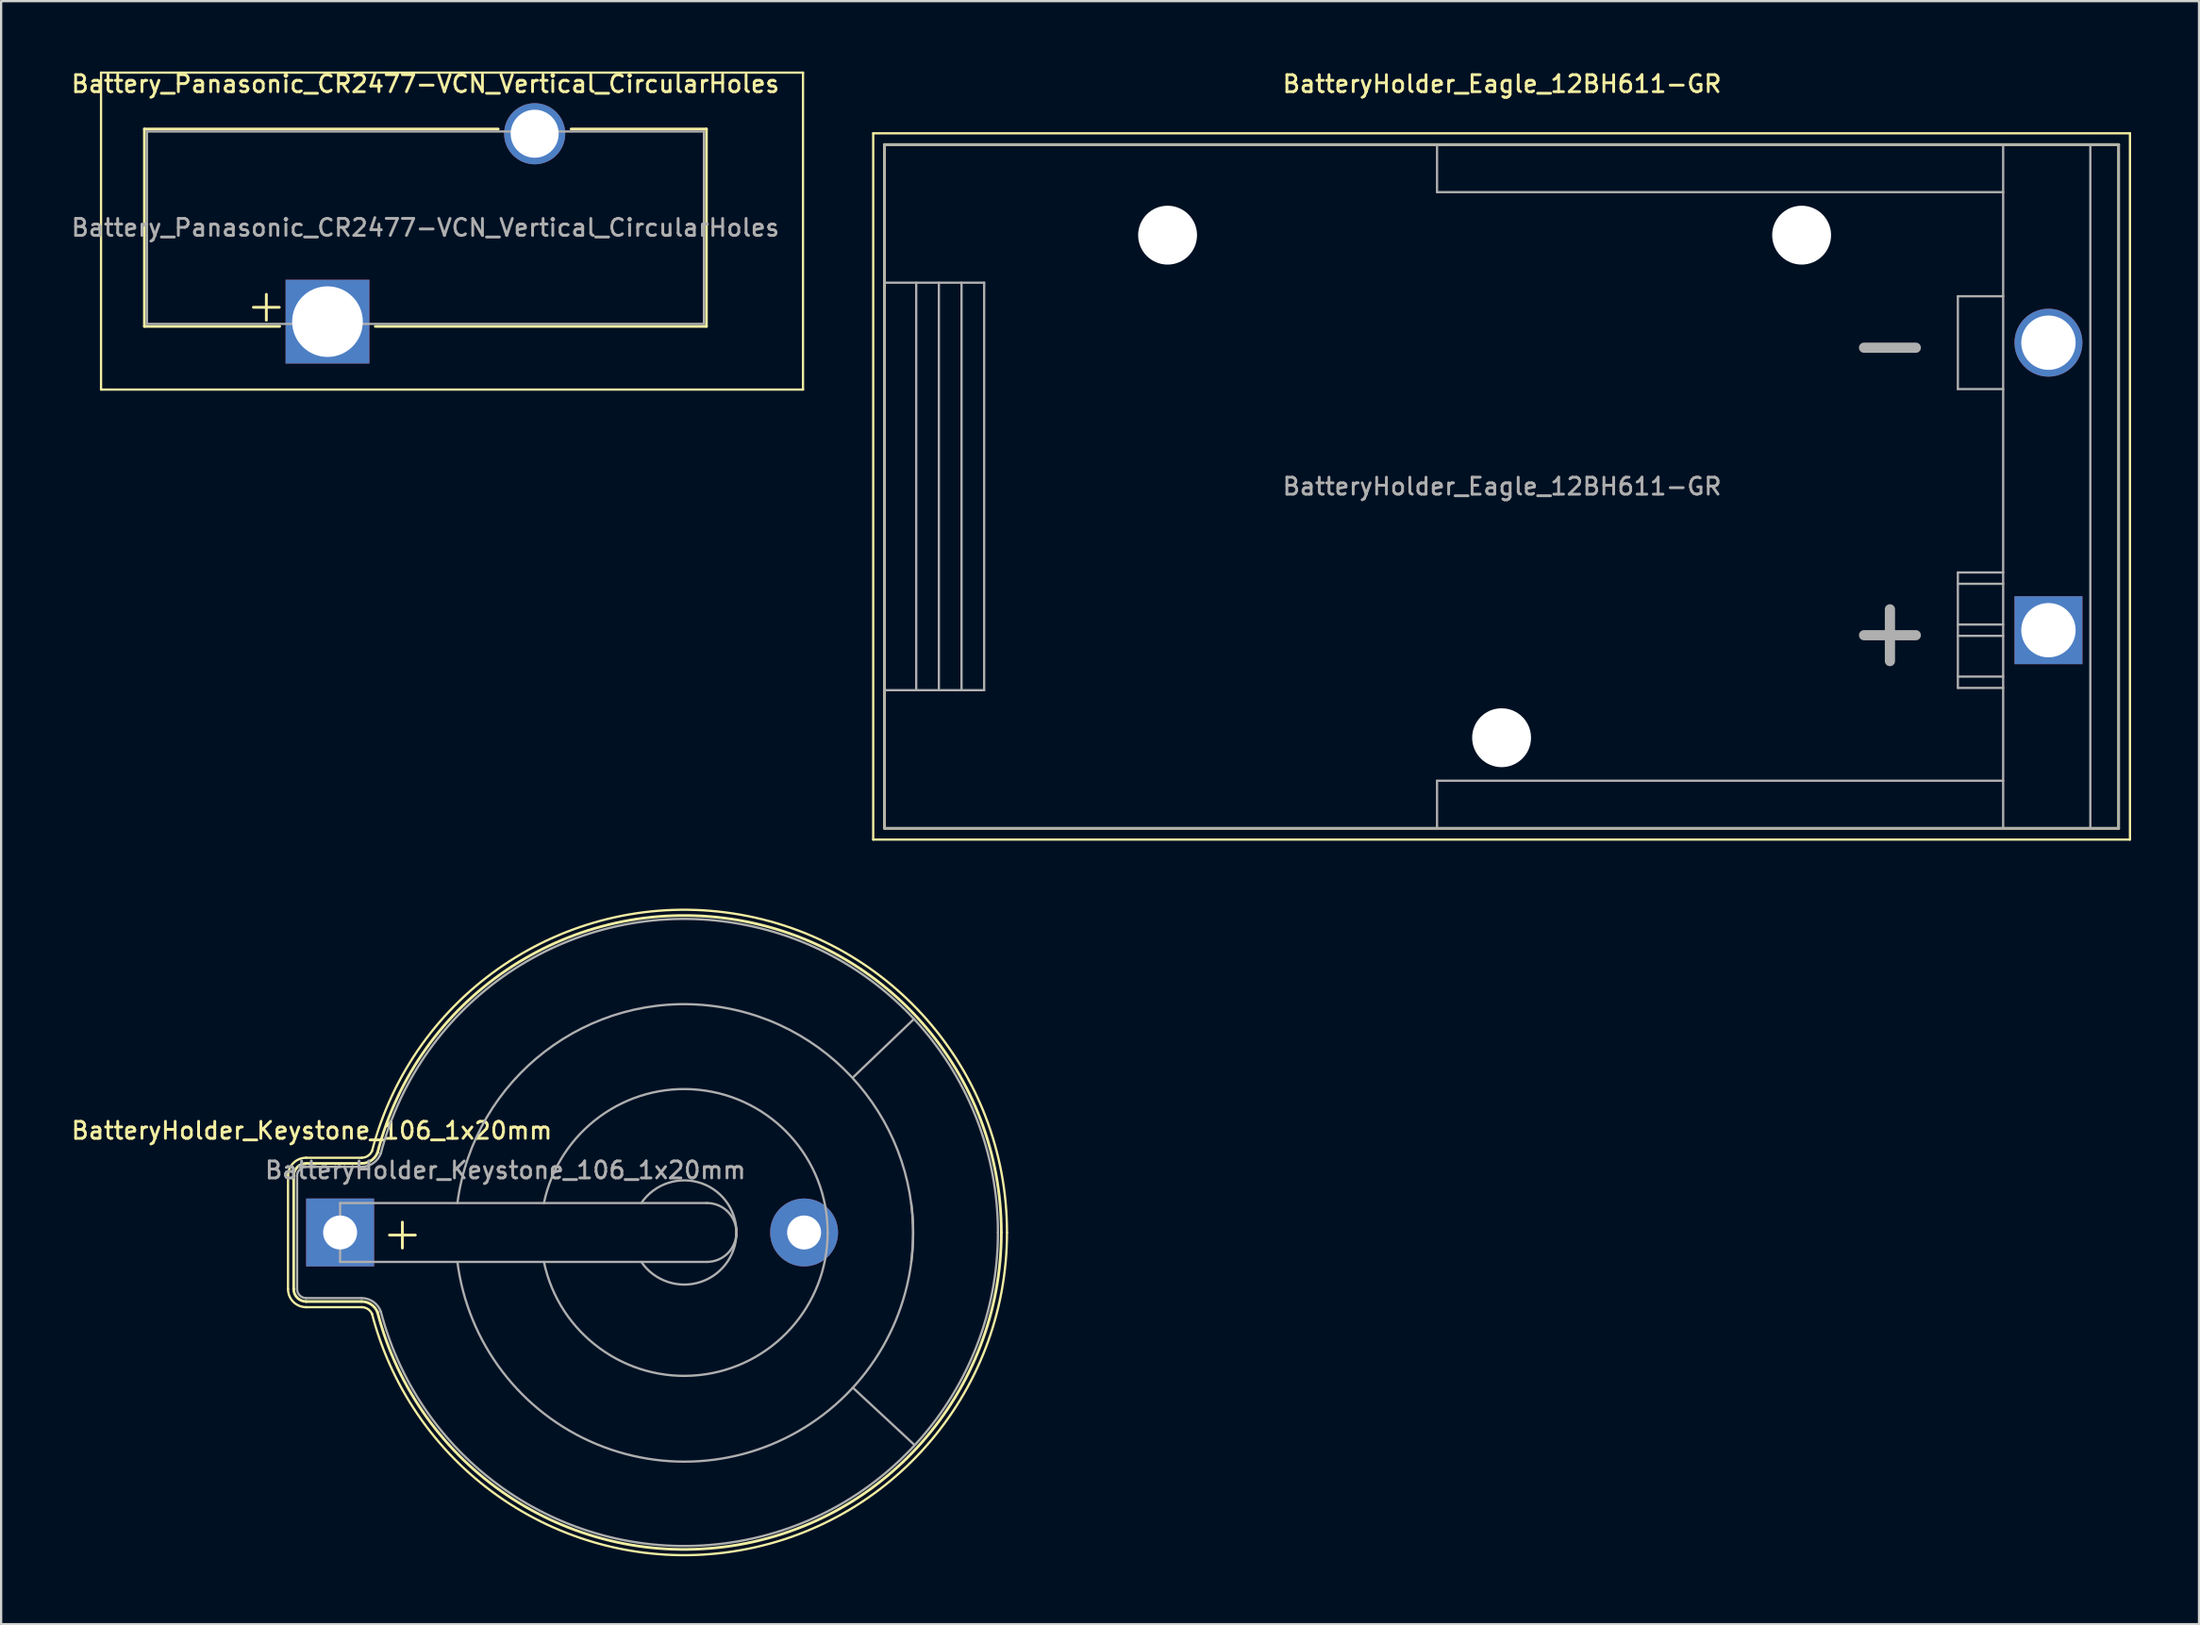
<source format=kicad_pcb>
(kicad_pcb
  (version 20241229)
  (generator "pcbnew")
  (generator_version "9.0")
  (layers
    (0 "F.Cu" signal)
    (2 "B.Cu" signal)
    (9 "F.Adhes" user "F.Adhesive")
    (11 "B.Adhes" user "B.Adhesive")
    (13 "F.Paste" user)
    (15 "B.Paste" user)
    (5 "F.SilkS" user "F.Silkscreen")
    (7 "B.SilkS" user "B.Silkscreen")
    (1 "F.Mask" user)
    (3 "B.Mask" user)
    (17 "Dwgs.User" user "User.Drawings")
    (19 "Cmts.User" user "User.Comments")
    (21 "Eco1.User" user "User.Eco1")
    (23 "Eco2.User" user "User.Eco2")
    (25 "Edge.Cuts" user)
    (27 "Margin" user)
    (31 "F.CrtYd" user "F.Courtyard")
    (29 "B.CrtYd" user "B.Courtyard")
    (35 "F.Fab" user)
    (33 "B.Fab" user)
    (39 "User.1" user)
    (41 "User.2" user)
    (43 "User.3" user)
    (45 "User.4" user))
  (footprint "BatteryHolder_Keystone_106_1x20mm"
    (layer "F.Cu")
    (at 11.97 51.393)
    (property "Reference" "BatteryHolder_Keystone_106_1x20mm" (at -1.25 -4.5 0) (layer "F.SilkS") (effects (font (size 0.75 0.75) (thickness 0.125))))
    (attr through_hole)
    (fp_line (start -2.3 -2.5) (end -2.3 2.5) (stroke (width 0.1) (type solid)) (layer "F.SilkS"))
    (fp_line (start -2.05 -2.5) (end -2.05 2.5) (stroke (width 0.12) (type solid)) (layer "F.SilkS"))
    (fp_line (start -1.5 3.05) (end 0.95 3.05) (stroke (width 0.12) (type solid)) (layer "F.SilkS"))
    (fp_line (start -1.5 3.3) (end 0.95 3.3) (stroke (width 0.1) (type solid)) (layer "F.SilkS"))
    (fp_line (start 0.95 -3.3) (end -1.5 -3.3) (stroke (width 0.1) (type solid)) (layer "F.SilkS"))
    (fp_line (start 0.95 -3.05) (end -1.5 -3.05) (stroke (width 0.12) (type solid)) (layer "F.SilkS"))
    (fp_arc (start -2.3 -2.5) (mid -2.065685 -3.065685) (end -1.5 -3.3) (stroke (width 0.1) (type solid)) (layer "F.SilkS"))
    (fp_arc (start -2.05 -2.5) (mid -1.888909 -2.888909) (end -1.5 -3.05) (stroke (width 0.12) (type solid)) (layer "F.SilkS"))
    (fp_arc (start -1.5 3.05) (mid -1.888909 2.888909) (end -2.05 2.5) (stroke (width 0.12) (type solid)) (layer "F.SilkS"))
    (fp_arc (start -1.5 3.3) (mid -2.065685 3.065685) (end -2.3 2.5) (stroke (width 0.1) (type solid)) (layer "F.SilkS"))
    (fp_arc (start 0.95 3.05) (mid 1.371574 3.1784) (end 1.65 3.52) (stroke (width 0.12) (type solid)) (layer "F.SilkS"))
    (fp_arc (start 0.95 3.3) (mid 1.22459 3.381628) (end 1.41 3.6) (stroke (width 0.1) (type solid)) (layer "F.SilkS"))
    (fp_arc (start 1.41 -3.6) (mid 1.224591 -3.381627) (end 0.95 -3.3) (stroke (width 0.1) (type solid)) (layer "F.SilkS"))
    (fp_arc (start 1.41 -3.6) (mid 17.014123 -14.138563) (end 29.45 0) (stroke (width 0.1) (type solid)) (layer "F.SilkS"))
    (fp_arc (start 1.65 -3.52) (mid 1.371575 -3.1784) (end 0.95 -3.05) (stroke (width 0.12) (type solid)) (layer "F.SilkS"))
    (fp_arc (start 1.65 -3.52) (mid 16.974433 -13.886953) (end 29.2 0) (stroke (width 0.12) (type solid)) (layer "F.SilkS"))
    (fp_arc (start 29.2 0) (mid 16.974433 13.886954) (end 1.65 3.52) (stroke (width 0.12) (type solid)) (layer "F.SilkS"))
    (fp_arc (start 29.45 0) (mid 17.014124 14.138563) (end 1.41 3.6) (stroke (width 0.1) (type solid)) (layer "F.SilkS"))
    (fp_line (start -1.9 -2.5) (end -1.9 2.5) (stroke (width 0.1) (type solid)) (layer "F.Fab"))
    (fp_line (start -1.5 2.9) (end 0.95 2.9) (stroke (width 0.1) (type solid)) (layer "F.Fab"))
    (fp_line (start 0 -1.3) (end 0 1.3) (stroke (width 0.1) (type solid)) (layer "F.Fab"))
    (fp_line (start 0 1.3) (end 16.2 1.3) (stroke (width 0.1) (type solid)) (layer "F.Fab"))
    (fp_line (start 0.95 -2.9) (end -1.5 -2.9) (stroke (width 0.1) (type solid)) (layer "F.Fab"))
    (fp_line (start 16.2 -1.3) (end 0 -1.3) (stroke (width 0.1) (type solid)) (layer "F.Fab"))
    (fp_line (start 22.644 6.858) (end 25.35 9.373) (stroke (width 0.1) (type solid)) (layer "F.Fab"))
    (fp_line (start 22.657 -6.858) (end 25.342 -9.429) (stroke (width 0.1) (type solid)) (layer "F.Fab"))
    (fp_arc (start -1.9 -2.5) (mid -1.782843 -2.782843) (end -1.5 -2.9) (stroke (width 0.1) (type solid)) (layer "F.Fab"))
    (fp_arc (start -1.5 2.9) (mid -1.782843 2.782843) (end -1.9 2.5) (stroke (width 0.1) (type solid)) (layer "F.Fab"))
    (fp_arc (start 0.95 2.9) (mid 1.470216 3.06511) (end 1.8 3.5) (stroke (width 0.1) (type solid)) (layer "F.Fab"))
    (fp_arc (start 1.8 -3.5) (mid 1.470217 -3.06511) (end 0.95 -2.9) (stroke (width 0.1) (type solid)) (layer "F.Fab"))
    (fp_arc (start 1.8 -3.5) (mid 16.964356 -13.736686) (end 29.049508 0) (stroke (width 0.1) (type solid)) (layer "F.Fab"))
    (fp_arc (start 5.18 -1.3) (mid 16.5 -10.02) (end 25.22 1.3) (stroke (width 0.1) (type solid)) (layer "F.Fab"))
    (fp_arc (start 9 -1.3) (mid 15.851289 -6.300938) (end 21.53 0) (stroke (width 0.1) (type solid)) (layer "F.Fab"))
    (fp_arc (start 13.3 -1.3) (mid 15.963947 -2.171724) (end 17.495448 0.175833) (stroke (width 0.1) (type solid)) (layer "F.Fab"))
    (fp_arc (start 16.2 -1.3) (mid 17.5 0) (end 16.2 1.3) (stroke (width 0.1) (type solid)) (layer "F.Fab"))
    (fp_arc (start 17.495448 -0.175833) (mid 15.963947 2.171724) (end 13.3 1.3) (stroke (width 0.1) (type solid)) (layer "F.Fab"))
    (fp_arc (start 21.53 0) (mid 15.851292 6.300937) (end 9 1.3) (stroke (width 0.1) (type solid)) (layer "F.Fab"))
    (fp_arc (start 25.22 -1.3) (mid 16.5 10.02) (end 5.18 1.3) (stroke (width 0.1) (type solid)) (layer "F.Fab"))
    (fp_arc (start 29.049508 0) (mid 16.964356 13.736685) (end 1.8 3.5) (stroke (width 0.1) (type solid)) (layer "F.Fab"))
    (fp_text user "+" (at 2.75 0 0) (layer "F.SilkS") (effects (font (size 1.5 1.5) (thickness 0.125))))
    (fp_text user "${REFERENCE}" (at 7.3 -2.75 0) (layer "F.Fab") (effects (font (size 0.75 0.75) (thickness 0.125))))
    (pad "1" thru_hole rect (at 0 0) (size 3 3) (drill 1.5) (layers "*.Cu" "*.Mask"))
    (pad "2" thru_hole circle (at 20.49 0) (size 3 3) (drill 1.5) (layers "*.Cu" "*.Mask")))
  (footprint "Battery_Panasonic_CR2477-VCN_Vertical_CircularHoles"
    (layer "F.Cu")
    (at 11.412 11.158)
    (property "Reference" "Battery_Panasonic_CR2477-VCN_Vertical_CircularHoles" (at 4.325 -10.5 0) (layer "F.SilkS") (effects (font (size 0.75 0.75) (thickness 0.125))))
    (attr through_hole)
    (fp_line (start -10 -11) (end 21 -11) (stroke (width 0.1) (type solid)) (layer "F.SilkS"))
    (fp_line (start -10 3) (end -10 -11) (stroke (width 0.1) (type solid)) (layer "F.SilkS"))
    (fp_line (start -8.085 -8.51) (end -8.085 0.21) (stroke (width 0.12) (type solid)) (layer "F.SilkS"))
    (fp_line (start -8.085 -8.51) (end 7.54 -8.51) (stroke (width 0.12) (type solid)) (layer "F.SilkS"))
    (fp_line (start -8.085 0.21) (end -2.11 0.21) (stroke (width 0.12) (type solid)) (layer "F.SilkS"))
    (fp_line (start 2.11 0.21) (end 16.735 0.21) (stroke (width 0.12) (type solid)) (layer "F.SilkS"))
    (fp_line (start 10.76 -8.51) (end 16.735 -8.51) (stroke (width 0.12) (type solid)) (layer "F.SilkS"))
    (fp_line (start 16.735 -8.51) (end 16.735 0.21) (stroke (width 0.12) (type solid)) (layer "F.SilkS"))
    (fp_line (start 21 -11) (end 21 3) (stroke (width 0.1) (type solid)) (layer "F.SilkS"))
    (fp_line (start 21 3) (end -10 3) (stroke (width 0.1) (type solid)) (layer "F.SilkS"))
    (fp_line (start -7.975 -8.4) (end -7.975 0.1) (stroke (width 0.1) (type solid)) (layer "F.Fab"))
    (fp_line (start -7.975 -8.4) (end 16.625 -8.4) (stroke (width 0.1) (type solid)) (layer "F.Fab"))
    (fp_line (start -7.975 0.1) (end 16.625 0.1) (stroke (width 0.1) (type solid)) (layer "F.Fab"))
    (fp_line (start 16.625 -8.4) (end 16.625 0.1) (stroke (width 0.1) (type solid)) (layer "F.Fab"))
    (fp_text user "+" (at -2.7 -0.75 0) (layer "F.SilkS") (effects (font (size 1.5 1.5) (thickness 0.125))))
    (fp_text user "${REFERENCE}" (at 4.325 -4.15 180) (layer "F.Fab") (effects (font (size 0.75 0.75) (thickness 0.125))))
    (pad "1" thru_hole rect (at 0 0) (size 3.7 3.7) (drill 3.12) (layers "*.Cu" "*.Mask"))
    (pad "2" thru_hole circle (at 9.15 -8.3) (size 2.7 2.7) (drill 2.12) (layers "*.Cu" "*.Mask")))
  (footprint "BatteryHolder_Eagle_12BH611-GR"
    (layer "F.Cu")
    (at 87.412 24.788)
    (property "Reference" "BatteryHolder_Eagle_12BH611-GR" (at -24.13 -24.13 0) (layer "F.SilkS") (effects (font (size 0.75 0.75) (thickness 0.125))))
    (attr through_hole)
    (fp_line (start -51.9 -21.95) (end 3.6 -21.95) (stroke (width 0.1) (type solid)) (layer "F.SilkS"))
    (fp_line (start -51.9 9.25) (end -51.9 -21.95) (stroke (width 0.1) (type solid)) (layer "F.SilkS"))
    (fp_line (start -51.4 -21.45) (end 3.1 -21.45) (stroke (width 0.12) (type solid)) (layer "F.SilkS"))
    (fp_line (start -51.4 8.75) (end -51.4 -21.45) (stroke (width 0.12) (type solid)) (layer "F.SilkS"))
    (fp_line (start 3.1 -21.45) (end 3.1 8.75) (stroke (width 0.12) (type solid)) (layer "F.SilkS"))
    (fp_line (start 3.1 8.75) (end -51.4 8.75) (stroke (width 0.12) (type solid)) (layer "F.SilkS"))
    (fp_line (start 3.6 -21.95) (end 3.6 9.25) (stroke (width 0.1) (type solid)) (layer "F.SilkS"))
    (fp_line (start 3.6 9.25) (end -51.9 9.25) (stroke (width 0.1) (type solid)) (layer "F.SilkS"))
    (fp_line (start -51.4 -21.45) (end 3.1 -21.45) (stroke (width 0.1) (type solid)) (layer "F.Fab"))
    (fp_line (start -51.4 -15.35) (end -47 -15.35) (stroke (width 0.1) (type solid)) (layer "F.Fab"))
    (fp_line (start -51.4 2.65) (end -47 2.65) (stroke (width 0.1) (type solid)) (layer "F.Fab"))
    (fp_line (start -51.4 8.75) (end -51.4 -21.45) (stroke (width 0.1) (type solid)) (layer "F.Fab"))
    (fp_line (start -50 2.65) (end -50 -15.35) (stroke (width 0.1) (type solid)) (layer "F.Fab"))
    (fp_line (start -49 2.65) (end -49 -15.35) (stroke (width 0.1) (type solid)) (layer "F.Fab"))
    (fp_line (start -48 2.65) (end -48 -15.35) (stroke (width 0.1) (type solid)) (layer "F.Fab"))
    (fp_line (start -47 2.65) (end -47 -15.35) (stroke (width 0.1) (type solid)) (layer "F.Fab"))
    (fp_line (start -27 -19.35) (end -27 -21.45) (stroke (width 0.1) (type solid)) (layer "F.Fab"))
    (fp_line (start -27 6.65) (end -27 8.75) (stroke (width 0.1) (type solid)) (layer "F.Fab"))
    (fp_line (start -4 -14.75) (end -4 -10.65) (stroke (width 0.1) (type solid)) (layer "F.Fab"))
    (fp_line (start -4 -10.65) (end -2 -10.65) (stroke (width 0.1) (type solid)) (layer "F.Fab"))
    (fp_line (start -4 -2.55) (end -4 2.55) (stroke (width 0.1) (type solid)) (layer "F.Fab"))
    (fp_line (start -4 -2.05) (end -2 -2.05) (stroke (width 0.1) (type solid)) (layer "F.Fab"))
    (fp_line (start -4 0.25) (end -2 0.25) (stroke (width 0.1) (type solid)) (layer "F.Fab"))
    (fp_line (start -4 2.55) (end -2 2.55) (stroke (width 0.1) (type solid)) (layer "F.Fab"))
    (fp_line (start -2 -21.45) (end -2 8.75) (stroke (width 0.1) (type solid)) (layer "F.Fab"))
    (fp_line (start -2 -19.35) (end -27 -19.35) (stroke (width 0.1) (type solid)) (layer "F.Fab"))
    (fp_line (start -2 -14.75) (end -4 -14.75) (stroke (width 0.1) (type solid)) (layer "F.Fab"))
    (fp_line (start -2 -2.55) (end -4 -2.55) (stroke (width 0.1) (type solid)) (layer "F.Fab"))
    (fp_line (start -2 -0.25) (end -4 -0.25) (stroke (width 0.1) (type solid)) (layer "F.Fab"))
    (fp_line (start -2 2.05) (end -4 2.05) (stroke (width 0.1) (type solid)) (layer "F.Fab"))
    (fp_line (start -2 6.65) (end -27 6.65) (stroke (width 0.1) (type solid)) (layer "F.Fab"))
    (fp_line (start 1.85 8.75) (end 1.85 -21.45) (stroke (width 0.1) (type solid)) (layer "F.Fab"))
    (fp_line (start 3.1 -21.45) (end 3.1 8.75) (stroke (width 0.1) (type solid)) (layer "F.Fab"))
    (fp_line (start 3.1 8.75) (end -51.4 8.75) (stroke (width 0.1) (type solid)) (layer "F.Fab"))
    (fp_text user "-" (at -7 -12.7 0) (layer "F.Fab") (effects (font (size 3 3) (thickness 0.45))))
    (fp_text user "+" (at -7 0 0) (layer "F.Fab") (effects (font (size 3 3) (thickness 0.45))))
    (fp_text user "${REFERENCE}" (at -24.13 -6.35 180) (layer "F.Fab") (effects (font (size 0.75 0.75) (thickness 0.125))))
    (pad "" np_thru_hole circle (at -38.9 -17.45) (size 2.6 2.6) (drill 2.6) (layers "*.Cu" "*.Mask"))
    (pad "" np_thru_hole circle (at -24.15 4.75) (size 2.6 2.6) (drill 2.6) (layers "*.Cu" "*.Mask"))
    (pad "" np_thru_hole circle (at -10.9 -17.45) (size 2.6 2.6) (drill 2.6) (layers "*.Cu" "*.Mask"))
    (pad "1" thru_hole rect (at 0 0) (size 3 3) (drill 2.4) (layers "*.Cu" "*.Mask"))
    (pad "2" thru_hole circle (at 0 -12.7) (size 3 3) (drill 2.4) (layers "*.Cu" "*.Mask")))
  (gr_rect
    (start -3 -3)
    (end 94.062 68.697)
    (stroke (width 0.1) (type default))
    (fill no)
    (layer "Edge.Cuts")))
</source>
